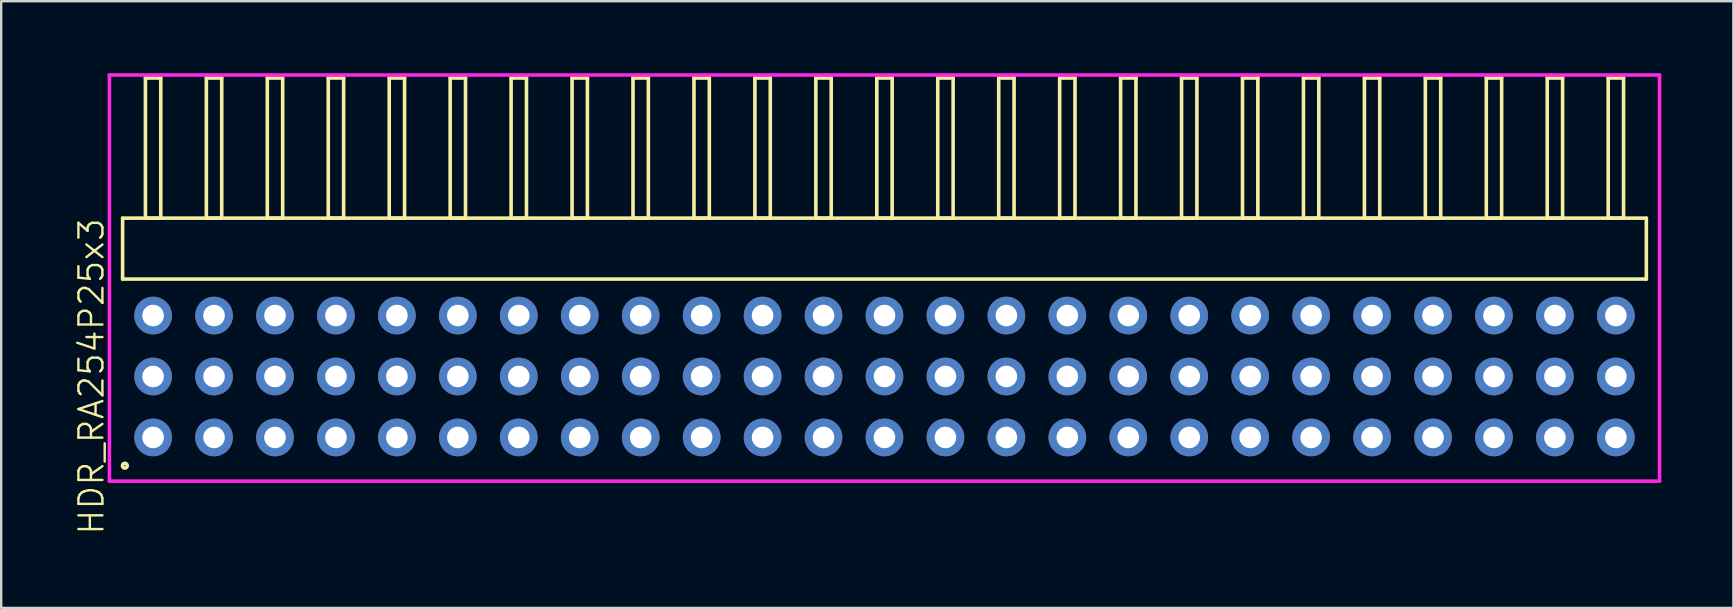
<source format=kicad_pcb>
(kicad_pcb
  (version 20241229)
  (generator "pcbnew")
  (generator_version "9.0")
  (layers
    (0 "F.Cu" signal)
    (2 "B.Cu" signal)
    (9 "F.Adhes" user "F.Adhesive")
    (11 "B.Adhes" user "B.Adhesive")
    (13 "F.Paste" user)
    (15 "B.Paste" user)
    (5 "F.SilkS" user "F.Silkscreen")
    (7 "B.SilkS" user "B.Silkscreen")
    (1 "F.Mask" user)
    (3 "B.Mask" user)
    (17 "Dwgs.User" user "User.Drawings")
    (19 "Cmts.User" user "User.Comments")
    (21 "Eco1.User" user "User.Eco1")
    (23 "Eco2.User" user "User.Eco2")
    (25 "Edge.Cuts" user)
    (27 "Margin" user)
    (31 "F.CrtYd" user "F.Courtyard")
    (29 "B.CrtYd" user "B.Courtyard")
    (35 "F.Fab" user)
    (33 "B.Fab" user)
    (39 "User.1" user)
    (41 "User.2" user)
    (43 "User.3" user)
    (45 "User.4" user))
  (footprint "HDR_RA254P25x3"
    (layer "F.Cu")
    (at 33.81 12.64)
    (property "Reference" "HDR_RA254P25x3" (at -33.05 0 90) (layer "F.SilkS") (effects (font (size 1 1) (thickness 0.1))))
    (attr through_hole)
    (fp_line (start -31.75 -6.6) (end -31.75 -4.06) (stroke (width 0.15) (type solid)) (layer "F.SilkS"))
    (fp_line (start -31.75 -4.06) (end 31.75 -4.06) (stroke (width 0.15) (type solid)) (layer "F.SilkS"))
    (fp_line (start -30.8 -12.44) (end -30.8 -6.6) (stroke (width 0.15) (type solid)) (layer "F.SilkS"))
    (fp_line (start -30.8 -6.6) (end -30.16 -6.6) (stroke (width 0.15) (type solid)) (layer "F.SilkS"))
    (fp_line (start -30.16 -12.44) (end -30.8 -12.44) (stroke (width 0.15) (type solid)) (layer "F.SilkS"))
    (fp_line (start -30.16 -6.6) (end -30.16 -12.44) (stroke (width 0.15) (type solid)) (layer "F.SilkS"))
    (fp_line (start -28.26 -12.44) (end -28.26 -6.6) (stroke (width 0.15) (type solid)) (layer "F.SilkS"))
    (fp_line (start -28.26 -6.6) (end -27.62 -6.6) (stroke (width 0.15) (type solid)) (layer "F.SilkS"))
    (fp_line (start -27.62 -12.44) (end -28.26 -12.44) (stroke (width 0.15) (type solid)) (layer "F.SilkS"))
    (fp_line (start -27.62 -6.6) (end -27.62 -12.44) (stroke (width 0.15) (type solid)) (layer "F.SilkS"))
    (fp_line (start -25.72 -12.44) (end -25.72 -6.6) (stroke (width 0.15) (type solid)) (layer "F.SilkS"))
    (fp_line (start -25.72 -6.6) (end -25.08 -6.6) (stroke (width 0.15) (type solid)) (layer "F.SilkS"))
    (fp_line (start -25.08 -12.44) (end -25.72 -12.44) (stroke (width 0.15) (type solid)) (layer "F.SilkS"))
    (fp_line (start -25.08 -6.6) (end -25.08 -12.44) (stroke (width 0.15) (type solid)) (layer "F.SilkS"))
    (fp_line (start -23.18 -12.44) (end -23.18 -6.6) (stroke (width 0.15) (type solid)) (layer "F.SilkS"))
    (fp_line (start -23.18 -6.6) (end -22.54 -6.6) (stroke (width 0.15) (type solid)) (layer "F.SilkS"))
    (fp_line (start -22.54 -12.44) (end -23.18 -12.44) (stroke (width 0.15) (type solid)) (layer "F.SilkS"))
    (fp_line (start -22.54 -6.6) (end -22.54 -12.44) (stroke (width 0.15) (type solid)) (layer "F.SilkS"))
    (fp_line (start -20.64 -12.44) (end -20.64 -6.6) (stroke (width 0.15) (type solid)) (layer "F.SilkS"))
    (fp_line (start -20.64 -6.6) (end -20 -6.6) (stroke (width 0.15) (type solid)) (layer "F.SilkS"))
    (fp_line (start -20 -12.44) (end -20.64 -12.44) (stroke (width 0.15) (type solid)) (layer "F.SilkS"))
    (fp_line (start -20 -6.6) (end -20 -12.44) (stroke (width 0.15) (type solid)) (layer "F.SilkS"))
    (fp_line (start -18.1 -12.44) (end -18.1 -6.6) (stroke (width 0.15) (type solid)) (layer "F.SilkS"))
    (fp_line (start -18.1 -6.6) (end -17.46 -6.6) (stroke (width 0.15) (type solid)) (layer "F.SilkS"))
    (fp_line (start -17.46 -12.44) (end -18.1 -12.44) (stroke (width 0.15) (type solid)) (layer "F.SilkS"))
    (fp_line (start -17.46 -6.6) (end -17.46 -12.44) (stroke (width 0.15) (type solid)) (layer "F.SilkS"))
    (fp_line (start -15.56 -12.44) (end -15.56 -6.6) (stroke (width 0.15) (type solid)) (layer "F.SilkS"))
    (fp_line (start -15.56 -6.6) (end -14.92 -6.6) (stroke (width 0.15) (type solid)) (layer "F.SilkS"))
    (fp_line (start -14.92 -12.44) (end -15.56 -12.44) (stroke (width 0.15) (type solid)) (layer "F.SilkS"))
    (fp_line (start -14.92 -6.6) (end -14.92 -12.44) (stroke (width 0.15) (type solid)) (layer "F.SilkS"))
    (fp_line (start -13.02 -12.44) (end -13.02 -6.6) (stroke (width 0.15) (type solid)) (layer "F.SilkS"))
    (fp_line (start -13.02 -6.6) (end -12.38 -6.6) (stroke (width 0.15) (type solid)) (layer "F.SilkS"))
    (fp_line (start -12.38 -12.44) (end -13.02 -12.44) (stroke (width 0.15) (type solid)) (layer "F.SilkS"))
    (fp_line (start -12.38 -6.6) (end -12.38 -12.44) (stroke (width 0.15) (type solid)) (layer "F.SilkS"))
    (fp_line (start -10.48 -12.44) (end -10.48 -6.6) (stroke (width 0.15) (type solid)) (layer "F.SilkS"))
    (fp_line (start -10.48 -6.6) (end -9.84 -6.6) (stroke (width 0.15) (type solid)) (layer "F.SilkS"))
    (fp_line (start -9.84 -12.44) (end -10.48 -12.44) (stroke (width 0.15) (type solid)) (layer "F.SilkS"))
    (fp_line (start -9.84 -6.6) (end -9.84 -12.44) (stroke (width 0.15) (type solid)) (layer "F.SilkS"))
    (fp_line (start -7.94 -12.44) (end -7.94 -6.6) (stroke (width 0.15) (type solid)) (layer "F.SilkS"))
    (fp_line (start -7.94 -6.6) (end -7.3 -6.6) (stroke (width 0.15) (type solid)) (layer "F.SilkS"))
    (fp_line (start -7.3 -12.44) (end -7.94 -12.44) (stroke (width 0.15) (type solid)) (layer "F.SilkS"))
    (fp_line (start -7.3 -6.6) (end -7.3 -12.44) (stroke (width 0.15) (type solid)) (layer "F.SilkS"))
    (fp_line (start -5.4 -12.44) (end -5.4 -6.6) (stroke (width 0.15) (type solid)) (layer "F.SilkS"))
    (fp_line (start -5.4 -6.6) (end -4.76 -6.6) (stroke (width 0.15) (type solid)) (layer "F.SilkS"))
    (fp_line (start -4.76 -12.44) (end -5.4 -12.44) (stroke (width 0.15) (type solid)) (layer "F.SilkS"))
    (fp_line (start -4.76 -6.6) (end -4.76 -12.44) (stroke (width 0.15) (type solid)) (layer "F.SilkS"))
    (fp_line (start -2.86 -12.44) (end -2.86 -6.6) (stroke (width 0.15) (type solid)) (layer "F.SilkS"))
    (fp_line (start -2.86 -6.6) (end -2.22 -6.6) (stroke (width 0.15) (type solid)) (layer "F.SilkS"))
    (fp_line (start -2.22 -12.44) (end -2.86 -12.44) (stroke (width 0.15) (type solid)) (layer "F.SilkS"))
    (fp_line (start -2.22 -6.6) (end -2.22 -12.44) (stroke (width 0.15) (type solid)) (layer "F.SilkS"))
    (fp_line (start -0.32 -12.44) (end -0.32 -6.6) (stroke (width 0.15) (type solid)) (layer "F.SilkS"))
    (fp_line (start -0.32 -6.6) (end 0.32 -6.6) (stroke (width 0.15) (type solid)) (layer "F.SilkS"))
    (fp_line (start 0.32 -12.44) (end -0.32 -12.44) (stroke (width 0.15) (type solid)) (layer "F.SilkS"))
    (fp_line (start 0.32 -6.6) (end 0.32 -12.44) (stroke (width 0.15) (type solid)) (layer "F.SilkS"))
    (fp_line (start 2.22 -12.44) (end 2.22 -6.6) (stroke (width 0.15) (type solid)) (layer "F.SilkS"))
    (fp_line (start 2.22 -6.6) (end 2.86 -6.6) (stroke (width 0.15) (type solid)) (layer "F.SilkS"))
    (fp_line (start 2.86 -12.44) (end 2.22 -12.44) (stroke (width 0.15) (type solid)) (layer "F.SilkS"))
    (fp_line (start 2.86 -6.6) (end 2.86 -12.44) (stroke (width 0.15) (type solid)) (layer "F.SilkS"))
    (fp_line (start 4.76 -12.44) (end 4.76 -6.6) (stroke (width 0.15) (type solid)) (layer "F.SilkS"))
    (fp_line (start 4.76 -6.6) (end 5.4 -6.6) (stroke (width 0.15) (type solid)) (layer "F.SilkS"))
    (fp_line (start 5.4 -12.44) (end 4.76 -12.44) (stroke (width 0.15) (type solid)) (layer "F.SilkS"))
    (fp_line (start 5.4 -6.6) (end 5.4 -12.44) (stroke (width 0.15) (type solid)) (layer "F.SilkS"))
    (fp_line (start 7.3 -12.44) (end 7.3 -6.6) (stroke (width 0.15) (type solid)) (layer "F.SilkS"))
    (fp_line (start 7.3 -6.6) (end 7.94 -6.6) (stroke (width 0.15) (type solid)) (layer "F.SilkS"))
    (fp_line (start 7.94 -12.44) (end 7.3 -12.44) (stroke (width 0.15) (type solid)) (layer "F.SilkS"))
    (fp_line (start 7.94 -6.6) (end 7.94 -12.44) (stroke (width 0.15) (type solid)) (layer "F.SilkS"))
    (fp_line (start 9.84 -12.44) (end 9.84 -6.6) (stroke (width 0.15) (type solid)) (layer "F.SilkS"))
    (fp_line (start 9.84 -6.6) (end 10.48 -6.6) (stroke (width 0.15) (type solid)) (layer "F.SilkS"))
    (fp_line (start 10.48 -12.44) (end 9.84 -12.44) (stroke (width 0.15) (type solid)) (layer "F.SilkS"))
    (fp_line (start 10.48 -6.6) (end 10.48 -12.44) (stroke (width 0.15) (type solid)) (layer "F.SilkS"))
    (fp_line (start 12.38 -12.44) (end 12.38 -6.6) (stroke (width 0.15) (type solid)) (layer "F.SilkS"))
    (fp_line (start 12.38 -6.6) (end 13.02 -6.6) (stroke (width 0.15) (type solid)) (layer "F.SilkS"))
    (fp_line (start 13.02 -12.44) (end 12.38 -12.44) (stroke (width 0.15) (type solid)) (layer "F.SilkS"))
    (fp_line (start 13.02 -6.6) (end 13.02 -12.44) (stroke (width 0.15) (type solid)) (layer "F.SilkS"))
    (fp_line (start 14.92 -12.44) (end 14.92 -6.6) (stroke (width 0.15) (type solid)) (layer "F.SilkS"))
    (fp_line (start 14.92 -6.6) (end 15.56 -6.6) (stroke (width 0.15) (type solid)) (layer "F.SilkS"))
    (fp_line (start 15.56 -12.44) (end 14.92 -12.44) (stroke (width 0.15) (type solid)) (layer "F.SilkS"))
    (fp_line (start 15.56 -6.6) (end 15.56 -12.44) (stroke (width 0.15) (type solid)) (layer "F.SilkS"))
    (fp_line (start 17.46 -12.44) (end 17.46 -6.6) (stroke (width 0.15) (type solid)) (layer "F.SilkS"))
    (fp_line (start 17.46 -6.6) (end 18.1 -6.6) (stroke (width 0.15) (type solid)) (layer "F.SilkS"))
    (fp_line (start 18.1 -12.44) (end 17.46 -12.44) (stroke (width 0.15) (type solid)) (layer "F.SilkS"))
    (fp_line (start 18.1 -6.6) (end 18.1 -12.44) (stroke (width 0.15) (type solid)) (layer "F.SilkS"))
    (fp_line (start 20 -12.44) (end 20 -6.6) (stroke (width 0.15) (type solid)) (layer "F.SilkS"))
    (fp_line (start 20 -6.6) (end 20.64 -6.6) (stroke (width 0.15) (type solid)) (layer "F.SilkS"))
    (fp_line (start 20.64 -12.44) (end 20 -12.44) (stroke (width 0.15) (type solid)) (layer "F.SilkS"))
    (fp_line (start 20.64 -6.6) (end 20.64 -12.44) (stroke (width 0.15) (type solid)) (layer "F.SilkS"))
    (fp_line (start 22.54 -12.44) (end 22.54 -6.6) (stroke (width 0.15) (type solid)) (layer "F.SilkS"))
    (fp_line (start 22.54 -6.6) (end 23.18 -6.6) (stroke (width 0.15) (type solid)) (layer "F.SilkS"))
    (fp_line (start 23.18 -12.44) (end 22.54 -12.44) (stroke (width 0.15) (type solid)) (layer "F.SilkS"))
    (fp_line (start 23.18 -6.6) (end 23.18 -12.44) (stroke (width 0.15) (type solid)) (layer "F.SilkS"))
    (fp_line (start 25.08 -12.44) (end 25.08 -6.6) (stroke (width 0.15) (type solid)) (layer "F.SilkS"))
    (fp_line (start 25.08 -6.6) (end 25.72 -6.6) (stroke (width 0.15) (type solid)) (layer "F.SilkS"))
    (fp_line (start 25.72 -12.44) (end 25.08 -12.44) (stroke (width 0.15) (type solid)) (layer "F.SilkS"))
    (fp_line (start 25.72 -6.6) (end 25.72 -12.44) (stroke (width 0.15) (type solid)) (layer "F.SilkS"))
    (fp_line (start 27.62 -12.44) (end 27.62 -6.6) (stroke (width 0.15) (type solid)) (layer "F.SilkS"))
    (fp_line (start 27.62 -6.6) (end 28.26 -6.6) (stroke (width 0.15) (type solid)) (layer "F.SilkS"))
    (fp_line (start 28.26 -12.44) (end 27.62 -12.44) (stroke (width 0.15) (type solid)) (layer "F.SilkS"))
    (fp_line (start 28.26 -6.6) (end 28.26 -12.44) (stroke (width 0.15) (type solid)) (layer "F.SilkS"))
    (fp_line (start 30.16 -12.44) (end 30.16 -6.6) (stroke (width 0.15) (type solid)) (layer "F.SilkS"))
    (fp_line (start 30.16 -6.6) (end 30.8 -6.6) (stroke (width 0.15) (type solid)) (layer "F.SilkS"))
    (fp_line (start 30.8 -12.44) (end 30.16 -12.44) (stroke (width 0.15) (type solid)) (layer "F.SilkS"))
    (fp_line (start 30.8 -6.6) (end 30.8 -12.44) (stroke (width 0.15) (type solid)) (layer "F.SilkS"))
    (fp_line (start 31.75 -6.6) (end -31.75 -6.6) (stroke (width 0.15) (type solid)) (layer "F.SilkS"))
    (fp_line (start 31.75 -4.06) (end 31.75 -6.6) (stroke (width 0.15) (type solid)) (layer "F.SilkS"))
    (fp_circle (center -31.657 3.718) (end -31.557 3.718) (stroke (width 0.15) (type solid)) (fill no) (layer "F.SilkS"))
    (fp_line (start -32.3 -12.565) (end -32.3 4.36) (stroke (width 0.15) (type solid)) (layer "F.CrtYd"))
    (fp_line (start -32.3 4.36) (end 32.3 4.36) (stroke (width 0.15) (type solid)) (layer "F.CrtYd"))
    (fp_line (start 32.3 -12.565) (end -32.3 -12.565) (stroke (width 0.15) (type solid)) (layer "F.CrtYd"))
    (fp_line (start 32.3 4.36) (end 32.3 -12.565) (stroke (width 0.15) (type solid)) (layer "F.CrtYd"))
    (pad "1" thru_hole oval (at -30.48 2.54) (size 1.57 1.57) (drill 0.9) (layers "*.Cu" "*.Mask"))
    (pad "2" thru_hole oval (at -30.48 0) (size 1.57 1.57) (drill 0.9) (layers "*.Cu" "*.Mask"))
    (pad "3" thru_hole oval (at -30.48 -2.54) (size 1.57 1.57) (drill 0.9) (layers "*.Cu" "*.Mask"))
    (pad "4" thru_hole oval (at -27.94 2.54) (size 1.57 1.57) (drill 0.9) (layers "*.Cu" "*.Mask"))
    (pad "5" thru_hole oval (at -27.94 0) (size 1.57 1.57) (drill 0.9) (layers "*.Cu" "*.Mask"))
    (pad "6" thru_hole oval (at -27.94 -2.54) (size 1.57 1.57) (drill 0.9) (layers "*.Cu" "*.Mask"))
    (pad "7" thru_hole oval (at -25.4 2.54) (size 1.57 1.57) (drill 0.9) (layers "*.Cu" "*.Mask"))
    (pad "8" thru_hole oval (at -25.4 0) (size 1.57 1.57) (drill 0.9) (layers "*.Cu" "*.Mask"))
    (pad "9" thru_hole oval (at -25.4 -2.54) (size 1.57 1.57) (drill 0.9) (layers "*.Cu" "*.Mask"))
    (pad "10" thru_hole oval (at -22.86 2.54) (size 1.57 1.57) (drill 0.9) (layers "*.Cu" "*.Mask"))
    (pad "11" thru_hole oval (at -22.86 0) (size 1.57 1.57) (drill 0.9) (layers "*.Cu" "*.Mask"))
    (pad "12" thru_hole oval (at -22.86 -2.54) (size 1.57 1.57) (drill 0.9) (layers "*.Cu" "*.Mask"))
    (pad "13" thru_hole oval (at -20.32 2.54) (size 1.57 1.57) (drill 0.9) (layers "*.Cu" "*.Mask"))
    (pad "14" thru_hole oval (at -20.32 0) (size 1.57 1.57) (drill 0.9) (layers "*.Cu" "*.Mask"))
    (pad "15" thru_hole oval (at -20.32 -2.54) (size 1.57 1.57) (drill 0.9) (layers "*.Cu" "*.Mask"))
    (pad "16" thru_hole oval (at -17.78 2.54) (size 1.57 1.57) (drill 0.9) (layers "*.Cu" "*.Mask"))
    (pad "17" thru_hole oval (at -17.78 0) (size 1.57 1.57) (drill 0.9) (layers "*.Cu" "*.Mask"))
    (pad "18" thru_hole oval (at -17.78 -2.54) (size 1.57 1.57) (drill 0.9) (layers "*.Cu" "*.Mask"))
    (pad "19" thru_hole oval (at -15.24 2.54) (size 1.57 1.57) (drill 0.9) (layers "*.Cu" "*.Mask"))
    (pad "20" thru_hole oval (at -15.24 0) (size 1.57 1.57) (drill 0.9) (layers "*.Cu" "*.Mask"))
    (pad "21" thru_hole oval (at -15.24 -2.54) (size 1.57 1.57) (drill 0.9) (layers "*.Cu" "*.Mask"))
    (pad "22" thru_hole oval (at -12.7 2.54) (size 1.57 1.57) (drill 0.9) (layers "*.Cu" "*.Mask"))
    (pad "23" thru_hole oval (at -12.7 0) (size 1.57 1.57) (drill 0.9) (layers "*.Cu" "*.Mask"))
    (pad "24" thru_hole oval (at -12.7 -2.54) (size 1.57 1.57) (drill 0.9) (layers "*.Cu" "*.Mask"))
    (pad "25" thru_hole oval (at -10.16 2.54) (size 1.57 1.57) (drill 0.9) (layers "*.Cu" "*.Mask"))
    (pad "26" thru_hole oval (at -10.16 0) (size 1.57 1.57) (drill 0.9) (layers "*.Cu" "*.Mask"))
    (pad "27" thru_hole oval (at -10.16 -2.54) (size 1.57 1.57) (drill 0.9) (layers "*.Cu" "*.Mask"))
    (pad "28" thru_hole oval (at -7.62 2.54) (size 1.57 1.57) (drill 0.9) (layers "*.Cu" "*.Mask"))
    (pad "29" thru_hole oval (at -7.62 0) (size 1.57 1.57) (drill 0.9) (layers "*.Cu" "*.Mask"))
    (pad "30" thru_hole oval (at -7.62 -2.54) (size 1.57 1.57) (drill 0.9) (layers "*.Cu" "*.Mask"))
    (pad "31" thru_hole oval (at -5.08 2.54) (size 1.57 1.57) (drill 0.9) (layers "*.Cu" "*.Mask"))
    (pad "32" thru_hole oval (at -5.08 0) (size 1.57 1.57) (drill 0.9) (layers "*.Cu" "*.Mask"))
    (pad "33" thru_hole oval (at -5.08 -2.54) (size 1.57 1.57) (drill 0.9) (layers "*.Cu" "*.Mask"))
    (pad "34" thru_hole oval (at -2.54 2.54) (size 1.57 1.57) (drill 0.9) (layers "*.Cu" "*.Mask"))
    (pad "35" thru_hole oval (at -2.54 0) (size 1.57 1.57) (drill 0.9) (layers "*.Cu" "*.Mask"))
    (pad "36" thru_hole oval (at -2.54 -2.54) (size 1.57 1.57) (drill 0.9) (layers "*.Cu" "*.Mask"))
    (pad "37" thru_hole oval (at 0 2.54) (size 1.57 1.57) (drill 0.9) (layers "*.Cu" "*.Mask"))
    (pad "38" thru_hole oval (at 0 0) (size 1.57 1.57) (drill 0.9) (layers "*.Cu" "*.Mask"))
    (pad "39" thru_hole oval (at 0 -2.54) (size 1.57 1.57) (drill 0.9) (layers "*.Cu" "*.Mask"))
    (pad "40" thru_hole oval (at 2.54 2.54) (size 1.57 1.57) (drill 0.9) (layers "*.Cu" "*.Mask"))
    (pad "41" thru_hole oval (at 2.54 0) (size 1.57 1.57) (drill 0.9) (layers "*.Cu" "*.Mask"))
    (pad "42" thru_hole oval (at 2.54 -2.54) (size 1.57 1.57) (drill 0.9) (layers "*.Cu" "*.Mask"))
    (pad "43" thru_hole oval (at 5.08 2.54) (size 1.57 1.57) (drill 0.9) (layers "*.Cu" "*.Mask"))
    (pad "44" thru_hole oval (at 5.08 0) (size 1.57 1.57) (drill 0.9) (layers "*.Cu" "*.Mask"))
    (pad "45" thru_hole oval (at 5.08 -2.54) (size 1.57 1.57) (drill 0.9) (layers "*.Cu" "*.Mask"))
    (pad "46" thru_hole oval (at 7.62 2.54) (size 1.57 1.57) (drill 0.9) (layers "*.Cu" "*.Mask"))
    (pad "47" thru_hole oval (at 7.62 0) (size 1.57 1.57) (drill 0.9) (layers "*.Cu" "*.Mask"))
    (pad "48" thru_hole oval (at 7.62 -2.54) (size 1.57 1.57) (drill 0.9) (layers "*.Cu" "*.Mask"))
    (pad "49" thru_hole oval (at 10.16 2.54) (size 1.57 1.57) (drill 0.9) (layers "*.Cu" "*.Mask"))
    (pad "50" thru_hole oval (at 10.16 0) (size 1.57 1.57) (drill 0.9) (layers "*.Cu" "*.Mask"))
    (pad "51" thru_hole oval (at 10.16 -2.54) (size 1.57 1.57) (drill 0.9) (layers "*.Cu" "*.Mask"))
    (pad "52" thru_hole oval (at 12.7 2.54) (size 1.57 1.57) (drill 0.9) (layers "*.Cu" "*.Mask"))
    (pad "53" thru_hole oval (at 12.7 0) (size 1.57 1.57) (drill 0.9) (layers "*.Cu" "*.Mask"))
    (pad "54" thru_hole oval (at 12.7 -2.54) (size 1.57 1.57) (drill 0.9) (layers "*.Cu" "*.Mask"))
    (pad "55" thru_hole oval (at 15.24 2.54) (size 1.57 1.57) (drill 0.9) (layers "*.Cu" "*.Mask"))
    (pad "56" thru_hole oval (at 15.24 0) (size 1.57 1.57) (drill 0.9) (layers "*.Cu" "*.Mask"))
    (pad "57" thru_hole oval (at 15.24 -2.54) (size 1.57 1.57) (drill 0.9) (layers "*.Cu" "*.Mask"))
    (pad "58" thru_hole oval (at 17.78 2.54) (size 1.57 1.57) (drill 0.9) (layers "*.Cu" "*.Mask"))
    (pad "59" thru_hole oval (at 17.78 0) (size 1.57 1.57) (drill 0.9) (layers "*.Cu" "*.Mask"))
    (pad "60" thru_hole oval (at 17.78 -2.54) (size 1.57 1.57) (drill 0.9) (layers "*.Cu" "*.Mask"))
    (pad "61" thru_hole oval (at 20.32 2.54) (size 1.57 1.57) (drill 0.9) (layers "*.Cu" "*.Mask"))
    (pad "62" thru_hole oval (at 20.32 0) (size 1.57 1.57) (drill 0.9) (layers "*.Cu" "*.Mask"))
    (pad "63" thru_hole oval (at 20.32 -2.54) (size 1.57 1.57) (drill 0.9) (layers "*.Cu" "*.Mask"))
    (pad "64" thru_hole oval (at 22.86 2.54) (size 1.57 1.57) (drill 0.9) (layers "*.Cu" "*.Mask"))
    (pad "65" thru_hole oval (at 22.86 0) (size 1.57 1.57) (drill 0.9) (layers "*.Cu" "*.Mask"))
    (pad "66" thru_hole oval (at 22.86 -2.54) (size 1.57 1.57) (drill 0.9) (layers "*.Cu" "*.Mask"))
    (pad "67" thru_hole oval (at 25.4 2.54) (size 1.57 1.57) (drill 0.9) (layers "*.Cu" "*.Mask"))
    (pad "68" thru_hole oval (at 25.4 0) (size 1.57 1.57) (drill 0.9) (layers "*.Cu" "*.Mask"))
    (pad "69" thru_hole oval (at 25.4 -2.54) (size 1.57 1.57) (drill 0.9) (layers "*.Cu" "*.Mask"))
    (pad "70" thru_hole oval (at 27.94 2.54) (size 1.57 1.57) (drill 0.9) (layers "*.Cu" "*.Mask"))
    (pad "71" thru_hole oval (at 27.94 0) (size 1.57 1.57) (drill 0.9) (layers "*.Cu" "*.Mask"))
    (pad "72" thru_hole oval (at 27.94 -2.54) (size 1.57 1.57) (drill 0.9) (layers "*.Cu" "*.Mask"))
    (pad "73" thru_hole oval (at 30.48 2.54) (size 1.57 1.57) (drill 0.9) (layers "*.Cu" "*.Mask"))
    (pad "74" thru_hole oval (at 30.48 0) (size 1.57 1.57) (drill 0.9) (layers "*.Cu" "*.Mask"))
    (pad "75" thru_hole oval (at 30.48 -2.54) (size 1.57 1.57) (drill 0.9) (layers "*.Cu" "*.Mask")))
  (gr_rect
    (start -3 -3)
    (end 69.186 22.285)
    (stroke (width 0.1) (type default))
    (fill no)
    (layer "Edge.Cuts")))
</source>
